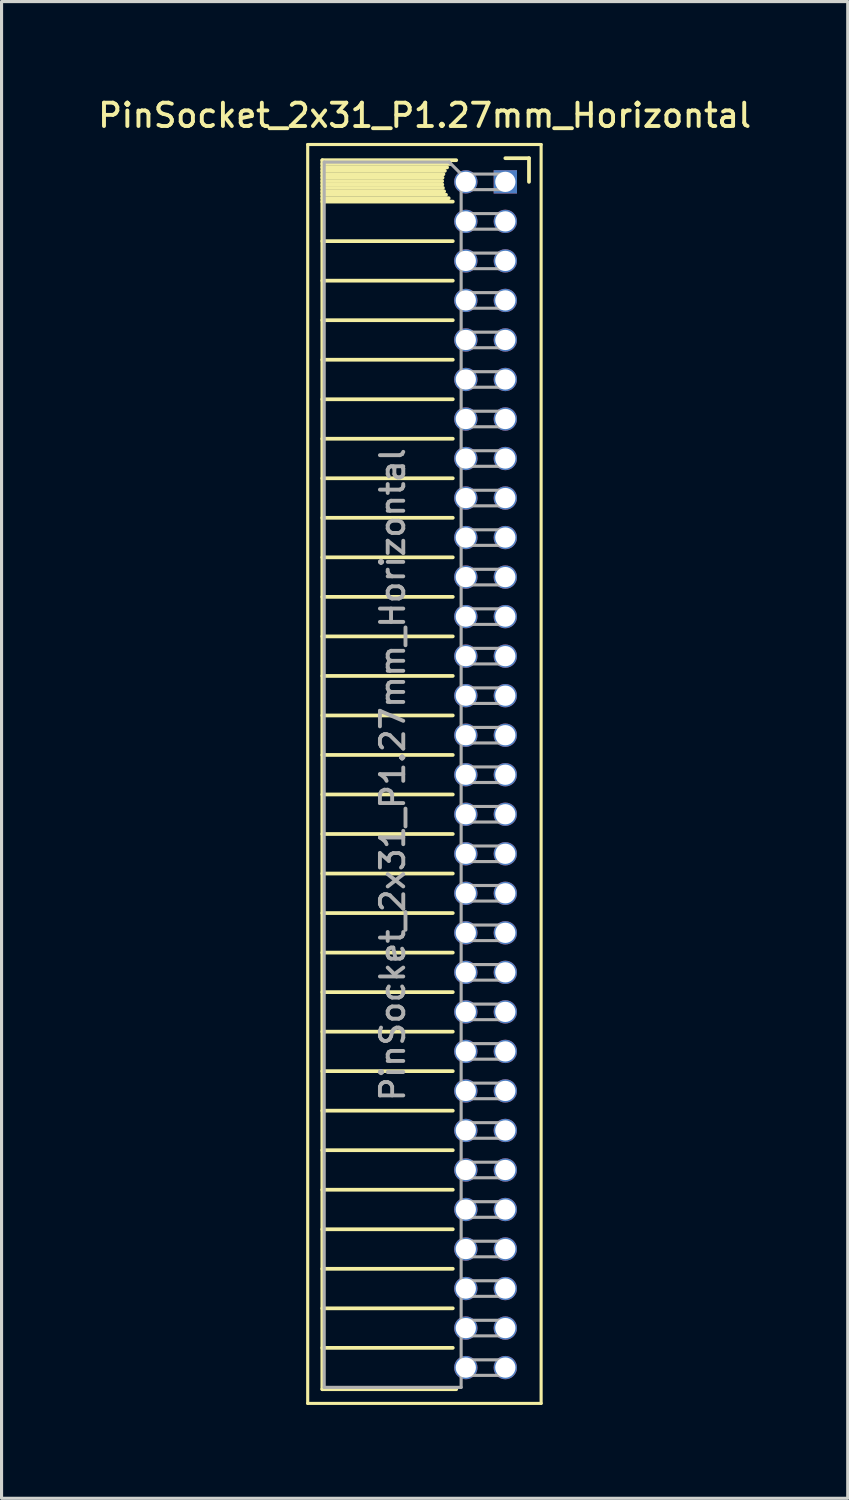
<source format=kicad_pcb>
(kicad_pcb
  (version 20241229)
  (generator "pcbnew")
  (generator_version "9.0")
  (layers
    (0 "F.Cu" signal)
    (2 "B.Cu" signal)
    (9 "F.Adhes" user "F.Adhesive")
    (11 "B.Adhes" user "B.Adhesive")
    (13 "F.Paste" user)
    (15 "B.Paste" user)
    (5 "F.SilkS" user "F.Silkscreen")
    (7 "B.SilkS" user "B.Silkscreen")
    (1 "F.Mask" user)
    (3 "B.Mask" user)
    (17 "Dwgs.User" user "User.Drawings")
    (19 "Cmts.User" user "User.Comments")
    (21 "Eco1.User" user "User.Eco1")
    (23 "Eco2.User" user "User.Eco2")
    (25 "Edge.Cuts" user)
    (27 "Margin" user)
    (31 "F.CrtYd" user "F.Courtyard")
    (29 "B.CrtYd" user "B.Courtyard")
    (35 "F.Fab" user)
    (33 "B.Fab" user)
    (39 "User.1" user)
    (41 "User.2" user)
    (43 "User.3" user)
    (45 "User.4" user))
  (footprint "PinSocket_2x31_P1.27mm_Horizontal"
    (layer "F.Cu")
    (at 13.187 2.793)
    (property "Reference" "PinSocket_2x31_P1.27mm_Horizontal" (at -2.592 -2.135 0) (layer "F.SilkS") (effects (font (size 0.75 0.75) (thickness 0.125))))
    (attr through_hole)
    (fp_line (start -6.35 -1.2) (end -6.35 39.25) (stroke (width 0.1) (type solid)) (layer "F.SilkS"))
    (fp_line (start -6.35 39.25) (end 1.15 39.25) (stroke (width 0.1) (type solid)) (layer "F.SilkS"))
    (fp_line (start -5.88 -0.695) (end -5.88 38.795) (stroke (width 0.12) (type solid)) (layer "F.SilkS"))
    (fp_line (start -5.88 -0.695) (end -1.578 -0.695) (stroke (width 0.12) (type solid)) (layer "F.SilkS"))
    (fp_line (start -5.88 -0.575) (end -1.767 -0.575) (stroke (width 0.12) (type solid)) (layer "F.SilkS"))
    (fp_line (start -5.88 -0.465) (end -1.871 -0.465) (stroke (width 0.12) (type solid)) (layer "F.SilkS"))
    (fp_line (start -5.88 -0.355) (end -1.942 -0.355) (stroke (width 0.12) (type solid)) (layer "F.SilkS"))
    (fp_line (start -5.88 -0.245) (end -1.989 -0.245) (stroke (width 0.12) (type solid)) (layer "F.SilkS"))
    (fp_line (start -5.88 -0.135) (end -2.018 -0.135) (stroke (width 0.12) (type solid)) (layer "F.SilkS"))
    (fp_line (start -5.88 -0.025) (end -2.03 -0.025) (stroke (width 0.12) (type solid)) (layer "F.SilkS"))
    (fp_line (start -5.88 0.085) (end -2.025 0.085) (stroke (width 0.12) (type solid)) (layer "F.SilkS"))
    (fp_line (start -5.88 0.195) (end -2.005 0.195) (stroke (width 0.12) (type solid)) (layer "F.SilkS"))
    (fp_line (start -5.88 0.305) (end -1.966 0.305) (stroke (width 0.12) (type solid)) (layer "F.SilkS"))
    (fp_line (start -5.88 0.415) (end -1.907 0.415) (stroke (width 0.12) (type solid)) (layer "F.SilkS"))
    (fp_line (start -5.88 0.525) (end -1.82 0.525) (stroke (width 0.12) (type solid)) (layer "F.SilkS"))
    (fp_line (start -5.88 0.635) (end -1.688 0.635) (stroke (width 0.12) (type solid)) (layer "F.SilkS"))
    (fp_line (start -5.88 1.905) (end -1.688 1.905) (stroke (width 0.12) (type solid)) (layer "F.SilkS"))
    (fp_line (start -5.88 3.175) (end -1.688 3.175) (stroke (width 0.12) (type solid)) (layer "F.SilkS"))
    (fp_line (start -5.88 4.445) (end -1.688 4.445) (stroke (width 0.12) (type solid)) (layer "F.SilkS"))
    (fp_line (start -5.88 5.715) (end -1.688 5.715) (stroke (width 0.12) (type solid)) (layer "F.SilkS"))
    (fp_line (start -5.88 6.985) (end -1.688 6.985) (stroke (width 0.12) (type solid)) (layer "F.SilkS"))
    (fp_line (start -5.88 8.255) (end -1.688 8.255) (stroke (width 0.12) (type solid)) (layer "F.SilkS"))
    (fp_line (start -5.88 9.525) (end -1.688 9.525) (stroke (width 0.12) (type solid)) (layer "F.SilkS"))
    (fp_line (start -5.88 10.795) (end -1.688 10.795) (stroke (width 0.12) (type solid)) (layer "F.SilkS"))
    (fp_line (start -5.88 12.065) (end -1.688 12.065) (stroke (width 0.12) (type solid)) (layer "F.SilkS"))
    (fp_line (start -5.88 13.335) (end -1.688 13.335) (stroke (width 0.12) (type solid)) (layer "F.SilkS"))
    (fp_line (start -5.88 14.605) (end -1.688 14.605) (stroke (width 0.12) (type solid)) (layer "F.SilkS"))
    (fp_line (start -5.88 15.875) (end -1.688 15.875) (stroke (width 0.12) (type solid)) (layer "F.SilkS"))
    (fp_line (start -5.88 17.145) (end -1.688 17.145) (stroke (width 0.12) (type solid)) (layer "F.SilkS"))
    (fp_line (start -5.88 18.415) (end -1.688 18.415) (stroke (width 0.12) (type solid)) (layer "F.SilkS"))
    (fp_line (start -5.88 19.685) (end -1.688 19.685) (stroke (width 0.12) (type solid)) (layer "F.SilkS"))
    (fp_line (start -5.88 20.955) (end -1.688 20.955) (stroke (width 0.12) (type solid)) (layer "F.SilkS"))
    (fp_line (start -5.88 22.225) (end -1.688 22.225) (stroke (width 0.12) (type solid)) (layer "F.SilkS"))
    (fp_line (start -5.88 23.495) (end -1.688 23.495) (stroke (width 0.12) (type solid)) (layer "F.SilkS"))
    (fp_line (start -5.88 24.765) (end -1.688 24.765) (stroke (width 0.12) (type solid)) (layer "F.SilkS"))
    (fp_line (start -5.88 26.035) (end -1.688 26.035) (stroke (width 0.12) (type solid)) (layer "F.SilkS"))
    (fp_line (start -5.88 27.305) (end -1.688 27.305) (stroke (width 0.12) (type solid)) (layer "F.SilkS"))
    (fp_line (start -5.88 28.575) (end -1.688 28.575) (stroke (width 0.12) (type solid)) (layer "F.SilkS"))
    (fp_line (start -5.88 29.845) (end -1.688 29.845) (stroke (width 0.12) (type solid)) (layer "F.SilkS"))
    (fp_line (start -5.88 31.115) (end -1.688 31.115) (stroke (width 0.12) (type solid)) (layer "F.SilkS"))
    (fp_line (start -5.88 32.385) (end -1.688 32.385) (stroke (width 0.12) (type solid)) (layer "F.SilkS"))
    (fp_line (start -5.88 33.655) (end -1.688 33.655) (stroke (width 0.12) (type solid)) (layer "F.SilkS"))
    (fp_line (start -5.88 34.925) (end -1.688 34.925) (stroke (width 0.12) (type solid)) (layer "F.SilkS"))
    (fp_line (start -5.88 36.195) (end -1.688 36.195) (stroke (width 0.12) (type solid)) (layer "F.SilkS"))
    (fp_line (start -5.88 37.465) (end -1.688 37.465) (stroke (width 0.12) (type solid)) (layer "F.SilkS"))
    (fp_line (start -5.88 38.795) (end -1.578 38.795) (stroke (width 0.12) (type solid)) (layer "F.SilkS"))
    (fp_line (start 0 -0.76) (end 0.76 -0.76) (stroke (width 0.12) (type solid)) (layer "F.SilkS"))
    (fp_line (start 0.76 -0.76) (end 0.76 0) (stroke (width 0.12) (type solid)) (layer "F.SilkS"))
    (fp_line (start 1.15 -1.2) (end -6.35 -1.2) (stroke (width 0.1) (type solid)) (layer "F.SilkS"))
    (fp_line (start 1.15 39.25) (end 1.15 -1.2) (stroke (width 0.1) (type solid)) (layer "F.SilkS"))
    (fp_line (start -5.82 -0.635) (end -1.805 -0.635) (stroke (width 0.1) (type solid)) (layer "F.Fab"))
    (fp_line (start -5.82 38.735) (end -5.82 -0.635) (stroke (width 0.1) (type solid)) (layer "F.Fab"))
    (fp_line (start -1.805 -0.635) (end -1.42 -0.25) (stroke (width 0.1) (type solid)) (layer "F.Fab"))
    (fp_line (start -1.42 -0.25) (end -1.42 38.735) (stroke (width 0.1) (type solid)) (layer "F.Fab"))
    (fp_line (start -1.42 0.25) (end 0 0.25) (stroke (width 0.1) (type solid)) (layer "F.Fab"))
    (fp_line (start -1.42 1.52) (end 0 1.52) (stroke (width 0.1) (type solid)) (layer "F.Fab"))
    (fp_line (start -1.42 2.79) (end 0 2.79) (stroke (width 0.1) (type solid)) (layer "F.Fab"))
    (fp_line (start -1.42 4.06) (end 0 4.06) (stroke (width 0.1) (type solid)) (layer "F.Fab"))
    (fp_line (start -1.42 5.33) (end 0 5.33) (stroke (width 0.1) (type solid)) (layer "F.Fab"))
    (fp_line (start -1.42 6.6) (end 0 6.6) (stroke (width 0.1) (type solid)) (layer "F.Fab"))
    (fp_line (start -1.42 7.87) (end 0 7.87) (stroke (width 0.1) (type solid)) (layer "F.Fab"))
    (fp_line (start -1.42 9.14) (end 0 9.14) (stroke (width 0.1) (type solid)) (layer "F.Fab"))
    (fp_line (start -1.42 10.41) (end 0 10.41) (stroke (width 0.1) (type solid)) (layer "F.Fab"))
    (fp_line (start -1.42 11.68) (end 0 11.68) (stroke (width 0.1) (type solid)) (layer "F.Fab"))
    (fp_line (start -1.42 12.95) (end 0 12.95) (stroke (width 0.1) (type solid)) (layer "F.Fab"))
    (fp_line (start -1.42 14.22) (end 0 14.22) (stroke (width 0.1) (type solid)) (layer "F.Fab"))
    (fp_line (start -1.42 15.49) (end 0 15.49) (stroke (width 0.1) (type solid)) (layer "F.Fab"))
    (fp_line (start -1.42 16.76) (end 0 16.76) (stroke (width 0.1) (type solid)) (layer "F.Fab"))
    (fp_line (start -1.42 18.03) (end 0 18.03) (stroke (width 0.1) (type solid)) (layer "F.Fab"))
    (fp_line (start -1.42 19.3) (end 0 19.3) (stroke (width 0.1) (type solid)) (layer "F.Fab"))
    (fp_line (start -1.42 20.57) (end 0 20.57) (stroke (width 0.1) (type solid)) (layer "F.Fab"))
    (fp_line (start -1.42 21.84) (end 0 21.84) (stroke (width 0.1) (type solid)) (layer "F.Fab"))
    (fp_line (start -1.42 23.11) (end 0 23.11) (stroke (width 0.1) (type solid)) (layer "F.Fab"))
    (fp_line (start -1.42 24.38) (end 0 24.38) (stroke (width 0.1) (type solid)) (layer "F.Fab"))
    (fp_line (start -1.42 25.65) (end 0 25.65) (stroke (width 0.1) (type solid)) (layer "F.Fab"))
    (fp_line (start -1.42 26.92) (end 0 26.92) (stroke (width 0.1) (type solid)) (layer "F.Fab"))
    (fp_line (start -1.42 28.19) (end 0 28.19) (stroke (width 0.1) (type solid)) (layer "F.Fab"))
    (fp_line (start -1.42 29.46) (end 0 29.46) (stroke (width 0.1) (type solid)) (layer "F.Fab"))
    (fp_line (start -1.42 30.73) (end 0 30.73) (stroke (width 0.1) (type solid)) (layer "F.Fab"))
    (fp_line (start -1.42 32) (end 0 32) (stroke (width 0.1) (type solid)) (layer "F.Fab"))
    (fp_line (start -1.42 33.27) (end 0 33.27) (stroke (width 0.1) (type solid)) (layer "F.Fab"))
    (fp_line (start -1.42 34.54) (end 0 34.54) (stroke (width 0.1) (type solid)) (layer "F.Fab"))
    (fp_line (start -1.42 35.81) (end 0 35.81) (stroke (width 0.1) (type solid)) (layer "F.Fab"))
    (fp_line (start -1.42 37.08) (end 0 37.08) (stroke (width 0.1) (type solid)) (layer "F.Fab"))
    (fp_line (start -1.42 38.35) (end 0 38.35) (stroke (width 0.1) (type solid)) (layer "F.Fab"))
    (fp_line (start -1.42 38.735) (end -5.82 38.735) (stroke (width 0.1) (type solid)) (layer "F.Fab"))
    (fp_line (start 0 -0.25) (end -1.42 -0.25) (stroke (width 0.1) (type solid)) (layer "F.Fab"))
    (fp_line (start 0 0.25) (end 0 -0.25) (stroke (width 0.1) (type solid)) (layer "F.Fab"))
    (fp_line (start 0 1.02) (end -1.42 1.02) (stroke (width 0.1) (type solid)) (layer "F.Fab"))
    (fp_line (start 0 1.52) (end 0 1.02) (stroke (width 0.1) (type solid)) (layer "F.Fab"))
    (fp_line (start 0 2.29) (end -1.42 2.29) (stroke (width 0.1) (type solid)) (layer "F.Fab"))
    (fp_line (start 0 2.79) (end 0 2.29) (stroke (width 0.1) (type solid)) (layer "F.Fab"))
    (fp_line (start 0 3.56) (end -1.42 3.56) (stroke (width 0.1) (type solid)) (layer "F.Fab"))
    (fp_line (start 0 4.06) (end 0 3.56) (stroke (width 0.1) (type solid)) (layer "F.Fab"))
    (fp_line (start 0 4.83) (end -1.42 4.83) (stroke (width 0.1) (type solid)) (layer "F.Fab"))
    (fp_line (start 0 5.33) (end 0 4.83) (stroke (width 0.1) (type solid)) (layer "F.Fab"))
    (fp_line (start 0 6.1) (end -1.42 6.1) (stroke (width 0.1) (type solid)) (layer "F.Fab"))
    (fp_line (start 0 6.6) (end 0 6.1) (stroke (width 0.1) (type solid)) (layer "F.Fab"))
    (fp_line (start 0 7.37) (end -1.42 7.37) (stroke (width 0.1) (type solid)) (layer "F.Fab"))
    (fp_line (start 0 7.87) (end 0 7.37) (stroke (width 0.1) (type solid)) (layer "F.Fab"))
    (fp_line (start 0 8.64) (end -1.42 8.64) (stroke (width 0.1) (type solid)) (layer "F.Fab"))
    (fp_line (start 0 9.14) (end 0 8.64) (stroke (width 0.1) (type solid)) (layer "F.Fab"))
    (fp_line (start 0 9.91) (end -1.42 9.91) (stroke (width 0.1) (type solid)) (layer "F.Fab"))
    (fp_line (start 0 10.41) (end 0 9.91) (stroke (width 0.1) (type solid)) (layer "F.Fab"))
    (fp_line (start 0 11.18) (end -1.42 11.18) (stroke (width 0.1) (type solid)) (layer "F.Fab"))
    (fp_line (start 0 11.68) (end 0 11.18) (stroke (width 0.1) (type solid)) (layer "F.Fab"))
    (fp_line (start 0 12.45) (end -1.42 12.45) (stroke (width 0.1) (type solid)) (layer "F.Fab"))
    (fp_line (start 0 12.95) (end 0 12.45) (stroke (width 0.1) (type solid)) (layer "F.Fab"))
    (fp_line (start 0 13.72) (end -1.42 13.72) (stroke (width 0.1) (type solid)) (layer "F.Fab"))
    (fp_line (start 0 14.22) (end 0 13.72) (stroke (width 0.1) (type solid)) (layer "F.Fab"))
    (fp_line (start 0 14.99) (end -1.42 14.99) (stroke (width 0.1) (type solid)) (layer "F.Fab"))
    (fp_line (start 0 15.49) (end 0 14.99) (stroke (width 0.1) (type solid)) (layer "F.Fab"))
    (fp_line (start 0 16.26) (end -1.42 16.26) (stroke (width 0.1) (type solid)) (layer "F.Fab"))
    (fp_line (start 0 16.76) (end 0 16.26) (stroke (width 0.1) (type solid)) (layer "F.Fab"))
    (fp_line (start 0 17.53) (end -1.42 17.53) (stroke (width 0.1) (type solid)) (layer "F.Fab"))
    (fp_line (start 0 18.03) (end 0 17.53) (stroke (width 0.1) (type solid)) (layer "F.Fab"))
    (fp_line (start 0 18.8) (end -1.42 18.8) (stroke (width 0.1) (type solid)) (layer "F.Fab"))
    (fp_line (start 0 19.3) (end 0 18.8) (stroke (width 0.1) (type solid)) (layer "F.Fab"))
    (fp_line (start 0 20.07) (end -1.42 20.07) (stroke (width 0.1) (type solid)) (layer "F.Fab"))
    (fp_line (start 0 20.57) (end 0 20.07) (stroke (width 0.1) (type solid)) (layer "F.Fab"))
    (fp_line (start 0 21.34) (end -1.42 21.34) (stroke (width 0.1) (type solid)) (layer "F.Fab"))
    (fp_line (start 0 21.84) (end 0 21.34) (stroke (width 0.1) (type solid)) (layer "F.Fab"))
    (fp_line (start 0 22.61) (end -1.42 22.61) (stroke (width 0.1) (type solid)) (layer "F.Fab"))
    (fp_line (start 0 23.11) (end 0 22.61) (stroke (width 0.1) (type solid)) (layer "F.Fab"))
    (fp_line (start 0 23.88) (end -1.42 23.88) (stroke (width 0.1) (type solid)) (layer "F.Fab"))
    (fp_line (start 0 24.38) (end 0 23.88) (stroke (width 0.1) (type solid)) (layer "F.Fab"))
    (fp_line (start 0 25.15) (end -1.42 25.15) (stroke (width 0.1) (type solid)) (layer "F.Fab"))
    (fp_line (start 0 25.65) (end 0 25.15) (stroke (width 0.1) (type solid)) (layer "F.Fab"))
    (fp_line (start 0 26.42) (end -1.42 26.42) (stroke (width 0.1) (type solid)) (layer "F.Fab"))
    (fp_line (start 0 26.92) (end 0 26.42) (stroke (width 0.1) (type solid)) (layer "F.Fab"))
    (fp_line (start 0 27.69) (end -1.42 27.69) (stroke (width 0.1) (type solid)) (layer "F.Fab"))
    (fp_line (start 0 28.19) (end 0 27.69) (stroke (width 0.1) (type solid)) (layer "F.Fab"))
    (fp_line (start 0 28.96) (end -1.42 28.96) (stroke (width 0.1) (type solid)) (layer "F.Fab"))
    (fp_line (start 0 29.46) (end 0 28.96) (stroke (width 0.1) (type solid)) (layer "F.Fab"))
    (fp_line (start 0 30.23) (end -1.42 30.23) (stroke (width 0.1) (type solid)) (layer "F.Fab"))
    (fp_line (start 0 30.73) (end 0 30.23) (stroke (width 0.1) (type solid)) (layer "F.Fab"))
    (fp_line (start 0 31.5) (end -1.42 31.5) (stroke (width 0.1) (type solid)) (layer "F.Fab"))
    (fp_line (start 0 32) (end 0 31.5) (stroke (width 0.1) (type solid)) (layer "F.Fab"))
    (fp_line (start 0 32.77) (end -1.42 32.77) (stroke (width 0.1) (type solid)) (layer "F.Fab"))
    (fp_line (start 0 33.27) (end 0 32.77) (stroke (width 0.1) (type solid)) (layer "F.Fab"))
    (fp_line (start 0 34.04) (end -1.42 34.04) (stroke (width 0.1) (type solid)) (layer "F.Fab"))
    (fp_line (start 0 34.54) (end 0 34.04) (stroke (width 0.1) (type solid)) (layer "F.Fab"))
    (fp_line (start 0 35.31) (end -1.42 35.31) (stroke (width 0.1) (type solid)) (layer "F.Fab"))
    (fp_line (start 0 35.81) (end 0 35.31) (stroke (width 0.1) (type solid)) (layer "F.Fab"))
    (fp_line (start 0 36.58) (end -1.42 36.58) (stroke (width 0.1) (type solid)) (layer "F.Fab"))
    (fp_line (start 0 37.08) (end 0 36.58) (stroke (width 0.1) (type solid)) (layer "F.Fab"))
    (fp_line (start 0 37.85) (end -1.42 37.85) (stroke (width 0.1) (type solid)) (layer "F.Fab"))
    (fp_line (start 0 38.35) (end 0 37.85) (stroke (width 0.1) (type solid)) (layer "F.Fab"))
    (fp_text user "${REFERENCE}" (at -3.62 19.05 90) (layer "F.Fab") (effects (font (size 0.75 0.75) (thickness 0.125))))
    (pad "1" thru_hole rect (at 0 0) (size 0.75 0.75) (drill 0.65) (layers "*.Cu" "*.Mask"))
    (pad "2" thru_hole oval (at -1.27 0) (size 0.75 0.75) (drill 0.65) (layers "*.Cu" "*.Mask"))
    (pad "3" thru_hole oval (at 0 1.27) (size 0.75 0.75) (drill 0.65) (layers "*.Cu" "*.Mask"))
    (pad "4" thru_hole oval (at -1.27 1.27) (size 0.75 0.75) (drill 0.65) (layers "*.Cu" "*.Mask"))
    (pad "5" thru_hole oval (at 0 2.54) (size 0.75 0.75) (drill 0.65) (layers "*.Cu" "*.Mask"))
    (pad "6" thru_hole oval (at -1.27 2.54) (size 0.75 0.75) (drill 0.65) (layers "*.Cu" "*.Mask"))
    (pad "7" thru_hole oval (at 0 3.81) (size 0.75 0.75) (drill 0.65) (layers "*.Cu" "*.Mask"))
    (pad "8" thru_hole oval (at -1.27 3.81) (size 0.75 0.75) (drill 0.65) (layers "*.Cu" "*.Mask"))
    (pad "9" thru_hole oval (at 0 5.08) (size 0.75 0.75) (drill 0.65) (layers "*.Cu" "*.Mask"))
    (pad "10" thru_hole oval (at -1.27 5.08) (size 0.75 0.75) (drill 0.65) (layers "*.Cu" "*.Mask"))
    (pad "11" thru_hole oval (at 0 6.35) (size 0.75 0.75) (drill 0.65) (layers "*.Cu" "*.Mask"))
    (pad "12" thru_hole oval (at -1.27 6.35) (size 0.75 0.75) (drill 0.65) (layers "*.Cu" "*.Mask"))
    (pad "13" thru_hole oval (at 0 7.62) (size 0.75 0.75) (drill 0.65) (layers "*.Cu" "*.Mask"))
    (pad "14" thru_hole oval (at -1.27 7.62) (size 0.75 0.75) (drill 0.65) (layers "*.Cu" "*.Mask"))
    (pad "15" thru_hole oval (at 0 8.89) (size 0.75 0.75) (drill 0.65) (layers "*.Cu" "*.Mask"))
    (pad "16" thru_hole oval (at -1.27 8.89) (size 0.75 0.75) (drill 0.65) (layers "*.Cu" "*.Mask"))
    (pad "17" thru_hole oval (at 0 10.16) (size 0.75 0.75) (drill 0.65) (layers "*.Cu" "*.Mask"))
    (pad "18" thru_hole oval (at -1.27 10.16) (size 0.75 0.75) (drill 0.65) (layers "*.Cu" "*.Mask"))
    (pad "19" thru_hole oval (at 0 11.43) (size 0.75 0.75) (drill 0.65) (layers "*.Cu" "*.Mask"))
    (pad "20" thru_hole oval (at -1.27 11.43) (size 0.75 0.75) (drill 0.65) (layers "*.Cu" "*.Mask"))
    (pad "21" thru_hole oval (at 0 12.7) (size 0.75 0.75) (drill 0.65) (layers "*.Cu" "*.Mask"))
    (pad "22" thru_hole oval (at -1.27 12.7) (size 0.75 0.75) (drill 0.65) (layers "*.Cu" "*.Mask"))
    (pad "23" thru_hole oval (at 0 13.97) (size 0.75 0.75) (drill 0.65) (layers "*.Cu" "*.Mask"))
    (pad "24" thru_hole oval (at -1.27 13.97) (size 0.75 0.75) (drill 0.65) (layers "*.Cu" "*.Mask"))
    (pad "25" thru_hole oval (at 0 15.24) (size 0.75 0.75) (drill 0.65) (layers "*.Cu" "*.Mask"))
    (pad "26" thru_hole oval (at -1.27 15.24) (size 0.75 0.75) (drill 0.65) (layers "*.Cu" "*.Mask"))
    (pad "27" thru_hole oval (at 0 16.51) (size 0.75 0.75) (drill 0.65) (layers "*.Cu" "*.Mask"))
    (pad "28" thru_hole oval (at -1.27 16.51) (size 0.75 0.75) (drill 0.65) (layers "*.Cu" "*.Mask"))
    (pad "29" thru_hole oval (at 0 17.78) (size 0.75 0.75) (drill 0.65) (layers "*.Cu" "*.Mask"))
    (pad "30" thru_hole oval (at -1.27 17.78) (size 0.75 0.75) (drill 0.65) (layers "*.Cu" "*.Mask"))
    (pad "31" thru_hole oval (at 0 19.05) (size 0.75 0.75) (drill 0.65) (layers "*.Cu" "*.Mask"))
    (pad "32" thru_hole oval (at -1.27 19.05) (size 0.75 0.75) (drill 0.65) (layers "*.Cu" "*.Mask"))
    (pad "33" thru_hole oval (at 0 20.32) (size 0.75 0.75) (drill 0.65) (layers "*.Cu" "*.Mask"))
    (pad "34" thru_hole oval (at -1.27 20.32) (size 0.75 0.75) (drill 0.65) (layers "*.Cu" "*.Mask"))
    (pad "35" thru_hole oval (at 0 21.59) (size 0.75 0.75) (drill 0.65) (layers "*.Cu" "*.Mask"))
    (pad "36" thru_hole oval (at -1.27 21.59) (size 0.75 0.75) (drill 0.65) (layers "*.Cu" "*.Mask"))
    (pad "37" thru_hole oval (at 0 22.86) (size 0.75 0.75) (drill 0.65) (layers "*.Cu" "*.Mask"))
    (pad "38" thru_hole oval (at -1.27 22.86) (size 0.75 0.75) (drill 0.65) (layers "*.Cu" "*.Mask"))
    (pad "39" thru_hole oval (at 0 24.13) (size 0.75 0.75) (drill 0.65) (layers "*.Cu" "*.Mask"))
    (pad "40" thru_hole oval (at -1.27 24.13) (size 0.75 0.75) (drill 0.65) (layers "*.Cu" "*.Mask"))
    (pad "41" thru_hole oval (at 0 25.4) (size 0.75 0.75) (drill 0.65) (layers "*.Cu" "*.Mask"))
    (pad "42" thru_hole oval (at -1.27 25.4) (size 0.75 0.75) (drill 0.65) (layers "*.Cu" "*.Mask"))
    (pad "43" thru_hole oval (at 0 26.67) (size 0.75 0.75) (drill 0.65) (layers "*.Cu" "*.Mask"))
    (pad "44" thru_hole oval (at -1.27 26.67) (size 0.75 0.75) (drill 0.65) (layers "*.Cu" "*.Mask"))
    (pad "45" thru_hole oval (at 0 27.94) (size 0.75 0.75) (drill 0.65) (layers "*.Cu" "*.Mask"))
    (pad "46" thru_hole oval (at -1.27 27.94) (size 0.75 0.75) (drill 0.65) (layers "*.Cu" "*.Mask"))
    (pad "47" thru_hole oval (at 0 29.21) (size 0.75 0.75) (drill 0.65) (layers "*.Cu" "*.Mask"))
    (pad "48" thru_hole oval (at -1.27 29.21) (size 0.75 0.75) (drill 0.65) (layers "*.Cu" "*.Mask"))
    (pad "49" thru_hole oval (at 0 30.48) (size 0.75 0.75) (drill 0.65) (layers "*.Cu" "*.Mask"))
    (pad "50" thru_hole oval (at -1.27 30.48) (size 0.75 0.75) (drill 0.65) (layers "*.Cu" "*.Mask"))
    (pad "51" thru_hole oval (at 0 31.75) (size 0.75 0.75) (drill 0.65) (layers "*.Cu" "*.Mask"))
    (pad "52" thru_hole oval (at -1.27 31.75) (size 0.75 0.75) (drill 0.65) (layers "*.Cu" "*.Mask"))
    (pad "53" thru_hole oval (at 0 33.02) (size 0.75 0.75) (drill 0.65) (layers "*.Cu" "*.Mask"))
    (pad "54" thru_hole oval (at -1.27 33.02) (size 0.75 0.75) (drill 0.65) (layers "*.Cu" "*.Mask"))
    (pad "55" thru_hole oval (at 0 34.29) (size 0.75 0.75) (drill 0.65) (layers "*.Cu" "*.Mask"))
    (pad "56" thru_hole oval (at -1.27 34.29) (size 0.75 0.75) (drill 0.65) (layers "*.Cu" "*.Mask"))
    (pad "57" thru_hole oval (at 0 35.56) (size 0.75 0.75) (drill 0.65) (layers "*.Cu" "*.Mask"))
    (pad "58" thru_hole oval (at -1.27 35.56) (size 0.75 0.75) (drill 0.65) (layers "*.Cu" "*.Mask"))
    (pad "59" thru_hole oval (at 0 36.83) (size 0.75 0.75) (drill 0.65) (layers "*.Cu" "*.Mask"))
    (pad "60" thru_hole oval (at -1.27 36.83) (size 0.75 0.75) (drill 0.65) (layers "*.Cu" "*.Mask"))
    (pad "61" thru_hole oval (at 0 38.1) (size 0.75 0.75) (drill 0.65) (layers "*.Cu" "*.Mask"))
    (pad "62" thru_hole oval (at -1.27 38.1) (size 0.75 0.75) (drill 0.65) (layers "*.Cu" "*.Mask")))
  (gr_rect
    (start -3 -3)
    (end 24.189 45.093)
    (stroke (width 0.1) (type default))
    (fill no)
    (layer "Edge.Cuts")))
</source>
